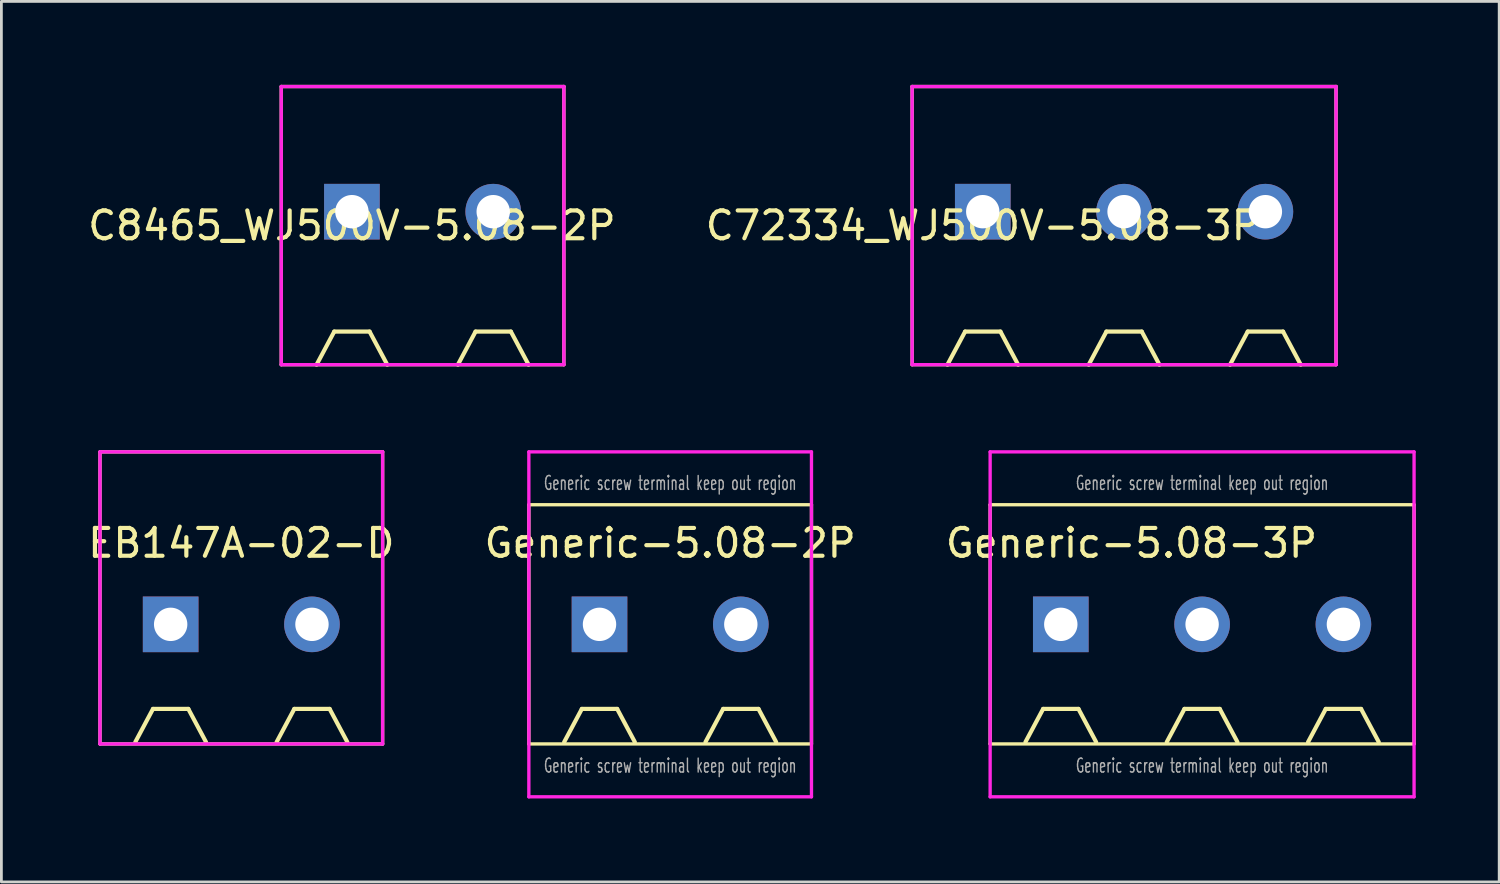
<source format=kicad_pcb>
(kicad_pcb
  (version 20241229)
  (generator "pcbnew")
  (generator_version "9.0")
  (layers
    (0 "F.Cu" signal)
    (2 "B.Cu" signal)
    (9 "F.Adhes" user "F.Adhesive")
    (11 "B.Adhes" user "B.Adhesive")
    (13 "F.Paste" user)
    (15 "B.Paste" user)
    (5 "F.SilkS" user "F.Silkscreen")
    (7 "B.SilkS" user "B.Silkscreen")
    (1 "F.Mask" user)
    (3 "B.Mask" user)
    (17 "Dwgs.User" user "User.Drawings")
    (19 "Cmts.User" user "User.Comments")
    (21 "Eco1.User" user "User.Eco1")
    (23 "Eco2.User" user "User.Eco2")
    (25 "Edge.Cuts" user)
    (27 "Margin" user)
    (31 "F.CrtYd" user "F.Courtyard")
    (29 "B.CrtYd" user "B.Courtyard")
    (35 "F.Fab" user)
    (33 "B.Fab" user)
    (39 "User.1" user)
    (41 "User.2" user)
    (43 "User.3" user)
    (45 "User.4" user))
  (footprint "C8465_WJ500V-5.08-2P"
    (layer "F.Cu")
    (at 9.601 4.56)
    (property "Reference" "C8465_WJ500V-5.08-2P" (at 0 0.5 0) (layer "F.SilkS") (effects (font (size 1 1) (thickness 0.15))))
    (attr through_hole)
    (fp_line (start -2.54 -4.5) (end 7.62 -4.5) (stroke (width 0.12) (type solid)) (layer "F.SilkS"))
    (fp_line (start -2.54 5.5) (end -2.54 -4.5) (stroke (width 0.12) (type solid)) (layer "F.SilkS"))
    (fp_line (start -1.27 5.5) (end -0.635 4.31) (stroke (width 0.15) (type solid)) (layer "F.SilkS"))
    (fp_line (start -0.635 4.31) (end 0.635 4.31) (stroke (width 0.15) (type solid)) (layer "F.SilkS"))
    (fp_line (start 0.635 4.31) (end 1.27 5.5) (stroke (width 0.15) (type solid)) (layer "F.SilkS"))
    (fp_line (start 3.81 5.5) (end 4.445 4.31) (stroke (width 0.15) (type solid)) (layer "F.SilkS"))
    (fp_line (start 4.445 4.31) (end 5.715 4.31) (stroke (width 0.15) (type solid)) (layer "F.SilkS"))
    (fp_line (start 5.715 4.31) (end 6.35 5.5) (stroke (width 0.15) (type solid)) (layer "F.SilkS"))
    (fp_line (start 7.62 -4.5) (end 7.62 5.5) (stroke (width 0.12) (type solid)) (layer "F.SilkS"))
    (fp_line (start 7.62 5.5) (end -2.54 5.5) (stroke (width 0.12) (type solid)) (layer "F.SilkS"))
    (fp_line (start -2.54 -4.5) (end 7.62 -4.5) (stroke (width 0.12) (type solid)) (layer "F.CrtYd"))
    (fp_line (start -2.54 5.5) (end -2.54 -4.5) (stroke (width 0.12) (type solid)) (layer "F.CrtYd"))
    (fp_line (start 7.62 -4.5) (end 7.62 5.5) (stroke (width 0.12) (type solid)) (layer "F.CrtYd"))
    (fp_line (start 7.62 5.5) (end -2.54 5.5) (stroke (width 0.12) (type solid)) (layer "F.CrtYd"))
    (pad "1" thru_hole rect (at 0 0) (size 2 2) (drill 1.2) (layers "*.Cu" "*.Mask"))
    (pad "2" thru_hole circle (at 5.08 0) (size 2 2) (drill 1.2) (layers "*.Cu" "*.Mask")))
  (footprint "Generic-5.08-2P"
    (layer "F.Cu")
    (at 18.502 19.395)
    (property "Reference" "Generic-5.08-2P" (at 2.54 -2.921 0) (layer "F.SilkS") (effects (font (size 1 1) (thickness 0.15))))
    (attr through_hole)
    (fp_line (start -2.54 -4.3) (end 7.62 -4.3) (stroke (width 0.12) (type solid)) (layer "F.SilkS"))
    (fp_line (start -2.54 4.3) (end -2.54 -4.3) (stroke (width 0.12) (type solid)) (layer "F.SilkS"))
    (fp_line (start -1.27 4.23) (end -0.635 3.04) (stroke (width 0.15) (type solid)) (layer "F.SilkS"))
    (fp_line (start -0.635 3.04) (end 0.635 3.04) (stroke (width 0.15) (type solid)) (layer "F.SilkS"))
    (fp_line (start 0.635 3.04) (end 1.27 4.23) (stroke (width 0.15) (type solid)) (layer "F.SilkS"))
    (fp_line (start 3.81 4.23) (end 4.445 3.04) (stroke (width 0.15) (type solid)) (layer "F.SilkS"))
    (fp_line (start 4.445 3.04) (end 5.715 3.04) (stroke (width 0.15) (type solid)) (layer "F.SilkS"))
    (fp_line (start 5.715 3.04) (end 6.35 4.23) (stroke (width 0.15) (type solid)) (layer "F.SilkS"))
    (fp_line (start 7.62 -4.3) (end 7.62 4.3) (stroke (width 0.12) (type solid)) (layer "F.SilkS"))
    (fp_line (start 7.62 4.3) (end -2.54 4.3) (stroke (width 0.12) (type solid)) (layer "F.SilkS"))
    (fp_line (start -2.54 -6.2) (end 7.62 -6.2) (stroke (width 0.12) (type solid)) (layer "F.CrtYd"))
    (fp_line (start -2.54 6.2) (end -2.54 -6.2) (stroke (width 0.12) (type solid)) (layer "F.CrtYd"))
    (fp_line (start 7.62 -6.2) (end 7.62 6.2) (stroke (width 0.12) (type solid)) (layer "F.CrtYd"))
    (fp_line (start 7.62 6.2) (end -2.54 6.2) (stroke (width 0.12) (type solid)) (layer "F.CrtYd"))
    (fp_text user "Generic screw terminal keep out region" (at 2.54 5.08 0) (layer "F.Fab") (effects (font (size 0.5 0.3) (thickness 0.05))))
    (fp_text user "Generic screw terminal keep out region" (at 2.54 -5.08 0) (layer "F.Fab") (effects (font (size 0.5 0.3) (thickness 0.05))))
    (pad "1" thru_hole rect (at 0 0) (size 2 2) (drill 1.2) (layers "*.Cu" "*.Mask"))
    (pad "2" thru_hole circle (at 5.08 0) (size 2 2) (drill 1.2) (layers "*.Cu" "*.Mask")))
  (footprint "Generic-5.08-3P"
    (layer "F.Cu")
    (at 35.085 19.395)
    (property "Reference" "Generic-5.08-3P" (at 2.54 -2.921 0) (layer "F.SilkS") (effects (font (size 1 1) (thickness 0.15))))
    (attr through_hole)
    (fp_line (start -2.54 -4.3) (end 12.7 -4.3) (stroke (width 0.12) (type solid)) (layer "F.SilkS"))
    (fp_line (start -2.54 4.3) (end -2.54 -4.3) (stroke (width 0.12) (type solid)) (layer "F.SilkS"))
    (fp_line (start -1.27 4.23) (end -0.635 3.04) (stroke (width 0.15) (type solid)) (layer "F.SilkS"))
    (fp_line (start -0.635 3.04) (end 0.635 3.04) (stroke (width 0.15) (type solid)) (layer "F.SilkS"))
    (fp_line (start 0.635 3.04) (end 1.27 4.23) (stroke (width 0.15) (type solid)) (layer "F.SilkS"))
    (fp_line (start 3.81 4.23) (end 4.445 3.04) (stroke (width 0.15) (type solid)) (layer "F.SilkS"))
    (fp_line (start 4.445 3.04) (end 5.715 3.04) (stroke (width 0.15) (type solid)) (layer "F.SilkS"))
    (fp_line (start 5.715 3.04) (end 6.35 4.23) (stroke (width 0.15) (type solid)) (layer "F.SilkS"))
    (fp_line (start 8.89 4.23) (end 9.525 3.04) (stroke (width 0.15) (type solid)) (layer "F.SilkS"))
    (fp_line (start 9.525 3.04) (end 10.795 3.04) (stroke (width 0.15) (type solid)) (layer "F.SilkS"))
    (fp_line (start 10.795 3.04) (end 11.43 4.23) (stroke (width 0.15) (type solid)) (layer "F.SilkS"))
    (fp_line (start 12.7 -4.3) (end 12.7 4.3) (stroke (width 0.12) (type solid)) (layer "F.SilkS"))
    (fp_line (start 12.7 4.3) (end -2.54 4.3) (stroke (width 0.12) (type solid)) (layer "F.SilkS"))
    (fp_line (start -2.54 -6.2) (end 12.7 -6.2) (stroke (width 0.12) (type solid)) (layer "F.CrtYd"))
    (fp_line (start -2.54 6.2) (end -2.54 -6.2) (stroke (width 0.12) (type solid)) (layer "F.CrtYd"))
    (fp_line (start 12.7 -6.2) (end 12.7 6.2) (stroke (width 0.12) (type solid)) (layer "F.CrtYd"))
    (fp_line (start 12.7 6.2) (end -2.54 6.2) (stroke (width 0.12) (type solid)) (layer "F.CrtYd"))
    (fp_text user "Generic screw terminal keep out region" (at 5.08 -5.08 0) (layer "F.Fab") (effects (font (size 0.5 0.3) (thickness 0.05))))
    (fp_text user "Generic screw terminal keep out region" (at 5.08 5.08 0) (layer "F.Fab") (effects (font (size 0.5 0.3) (thickness 0.05))))
    (pad "1" thru_hole rect (at 0 0) (size 2 2) (drill 1.2) (layers "*.Cu" "*.Mask"))
    (pad "2" thru_hole circle (at 5.08 0) (size 2 2) (drill 1.2) (layers "*.Cu" "*.Mask"))
    (pad "3" thru_hole circle (at 10.16 0) (size 2 2) (drill 1.2) (layers "*.Cu" "*.Mask")))
  (footprint "C72334_WJ500V-5.08-3P"
    (layer "F.Cu")
    (at 32.28 4.56)
    (property "Reference" "C72334_WJ500V-5.08-3P" (at 0 0.5 0) (layer "F.SilkS") (effects (font (size 1 1) (thickness 0.15))))
    (attr through_hole)
    (fp_line (start -2.54 -4.5) (end 12.7 -4.5) (stroke (width 0.12) (type solid)) (layer "F.SilkS"))
    (fp_line (start -2.54 5.5) (end -2.54 -4.5) (stroke (width 0.12) (type solid)) (layer "F.SilkS"))
    (fp_line (start -1.27 5.5) (end -0.635 4.31) (stroke (width 0.15) (type solid)) (layer "F.SilkS"))
    (fp_line (start -0.635 4.31) (end 0.635 4.31) (stroke (width 0.15) (type solid)) (layer "F.SilkS"))
    (fp_line (start 0.635 4.31) (end 1.27 5.5) (stroke (width 0.15) (type solid)) (layer "F.SilkS"))
    (fp_line (start 3.81 5.5) (end 4.445 4.31) (stroke (width 0.15) (type solid)) (layer "F.SilkS"))
    (fp_line (start 4.445 4.31) (end 5.715 4.31) (stroke (width 0.15) (type solid)) (layer "F.SilkS"))
    (fp_line (start 5.715 4.31) (end 6.35 5.5) (stroke (width 0.15) (type solid)) (layer "F.SilkS"))
    (fp_line (start 8.89 5.5) (end 9.525 4.31) (stroke (width 0.15) (type solid)) (layer "F.SilkS"))
    (fp_line (start 9.525 4.31) (end 10.795 4.31) (stroke (width 0.15) (type solid)) (layer "F.SilkS"))
    (fp_line (start 10.795 4.31) (end 11.43 5.5) (stroke (width 0.15) (type solid)) (layer "F.SilkS"))
    (fp_line (start 12.7 -4.5) (end 12.7 5.5) (stroke (width 0.12) (type solid)) (layer "F.SilkS"))
    (fp_line (start 12.7 5.5) (end -2.54 5.5) (stroke (width 0.12) (type solid)) (layer "F.SilkS"))
    (fp_line (start -2.54 -4.5) (end 12.7 -4.5) (stroke (width 0.12) (type solid)) (layer "F.CrtYd"))
    (fp_line (start -2.54 5.5) (end -2.54 -4.5) (stroke (width 0.12) (type solid)) (layer "F.CrtYd"))
    (fp_line (start 12.7 -4.5) (end 12.7 5.5) (stroke (width 0.12) (type solid)) (layer "F.CrtYd"))
    (fp_line (start 12.7 5.5) (end -2.54 5.5) (stroke (width 0.12) (type solid)) (layer "F.CrtYd"))
    (pad "1" thru_hole rect (at 0 0) (size 2 2) (drill 1.2) (layers "*.Cu" "*.Mask"))
    (pad "2" thru_hole circle (at 5.08 0) (size 2 2) (drill 1.2) (layers "*.Cu" "*.Mask"))
    (pad "3" thru_hole circle (at 10.16 0) (size 2 2) (drill 1.2) (layers "*.Cu" "*.Mask")))
  (footprint "EB147A-02-D"
    (layer "F.Cu")
    (at 3.085 19.395)
    (property "Reference" "EB147A-02-D" (at 2.54 -2.921 0) (layer "F.SilkS") (effects (font (size 1 1) (thickness 0.15))))
    (attr through_hole)
    (fp_line (start -2.54 -6.2) (end 7.62 -6.2) (stroke (width 0.12) (type solid)) (layer "F.SilkS"))
    (fp_line (start -2.54 4.3) (end -2.54 -6.2) (stroke (width 0.12) (type solid)) (layer "F.SilkS"))
    (fp_line (start -1.27 4.23) (end -0.635 3.04) (stroke (width 0.15) (type solid)) (layer "F.SilkS"))
    (fp_line (start -0.635 3.04) (end 0.635 3.04) (stroke (width 0.15) (type solid)) (layer "F.SilkS"))
    (fp_line (start 0.635 3.04) (end 1.27 4.23) (stroke (width 0.15) (type solid)) (layer "F.SilkS"))
    (fp_line (start 3.81 4.23) (end 4.445 3.04) (stroke (width 0.15) (type solid)) (layer "F.SilkS"))
    (fp_line (start 4.445 3.04) (end 5.715 3.04) (stroke (width 0.15) (type solid)) (layer "F.SilkS"))
    (fp_line (start 5.715 3.04) (end 6.35 4.23) (stroke (width 0.15) (type solid)) (layer "F.SilkS"))
    (fp_line (start 7.62 -6.2) (end 7.62 4.3) (stroke (width 0.12) (type solid)) (layer "F.SilkS"))
    (fp_line (start 7.62 4.3) (end -2.54 4.3) (stroke (width 0.12) (type solid)) (layer "F.SilkS"))
    (fp_line (start -2.54 -6.2) (end 7.62 -6.2) (stroke (width 0.12) (type solid)) (layer "F.CrtYd"))
    (fp_line (start -2.54 4.3) (end -2.54 -6.2) (stroke (width 0.12) (type solid)) (layer "F.CrtYd"))
    (fp_line (start 7.62 -6.2) (end 7.62 4.3) (stroke (width 0.12) (type solid)) (layer "F.CrtYd"))
    (fp_line (start 7.62 4.3) (end -2.54 4.3) (stroke (width 0.12) (type solid)) (layer "F.CrtYd"))
    (pad "1" thru_hole rect (at 0 0) (size 2 2) (drill 1.2) (layers "*.Cu" "*.Mask"))
    (pad "2" thru_hole circle (at 5.08 0) (size 2 2) (drill 1.2) (layers "*.Cu" "*.Mask")))
  (gr_rect
    (start -3 -3)
    (end 50.845 28.655)
    (stroke (width 0.1) (type default))
    (fill no)
    (layer "Edge.Cuts")))
</source>
